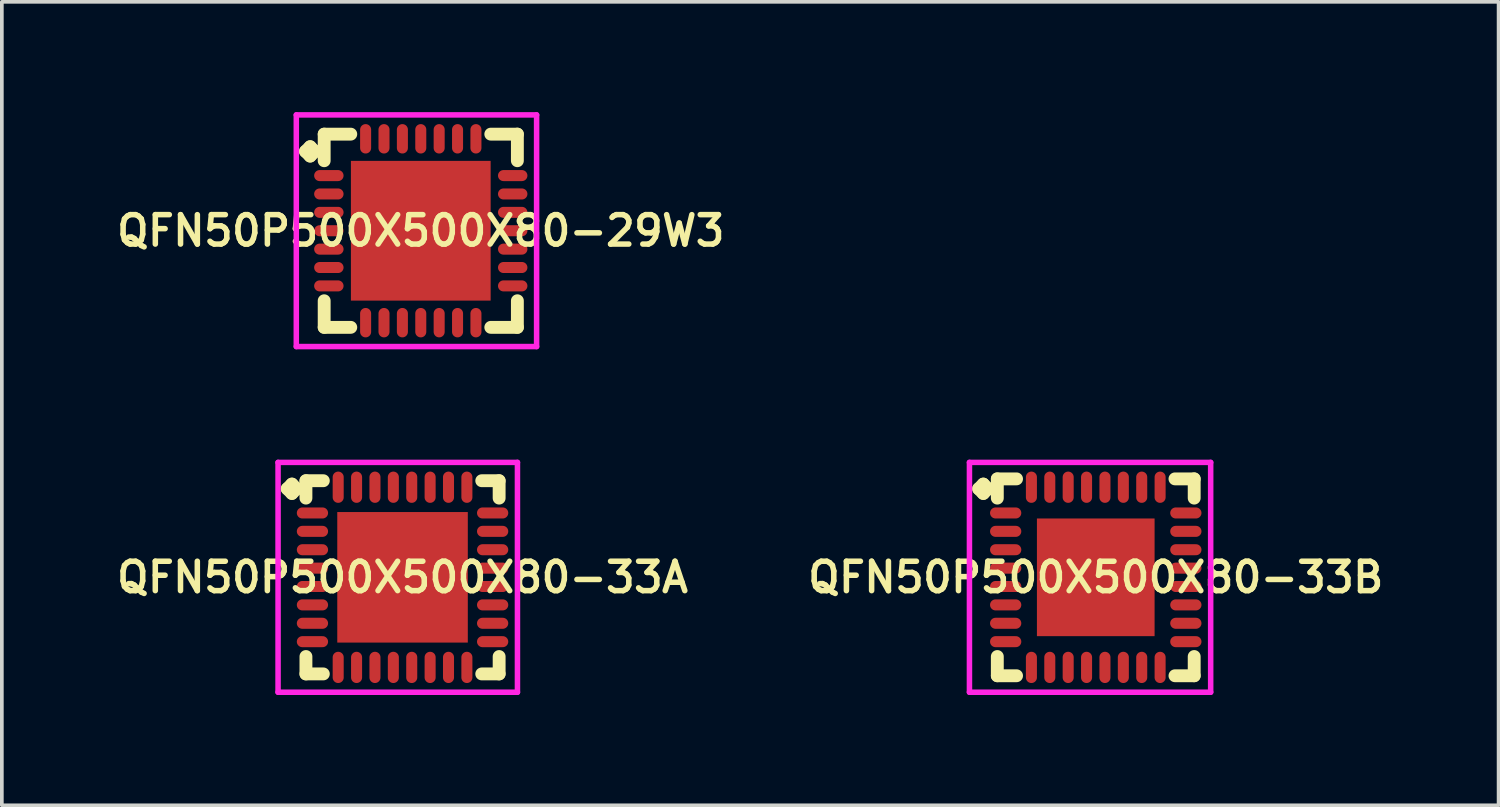
<source format=kicad_pcb>
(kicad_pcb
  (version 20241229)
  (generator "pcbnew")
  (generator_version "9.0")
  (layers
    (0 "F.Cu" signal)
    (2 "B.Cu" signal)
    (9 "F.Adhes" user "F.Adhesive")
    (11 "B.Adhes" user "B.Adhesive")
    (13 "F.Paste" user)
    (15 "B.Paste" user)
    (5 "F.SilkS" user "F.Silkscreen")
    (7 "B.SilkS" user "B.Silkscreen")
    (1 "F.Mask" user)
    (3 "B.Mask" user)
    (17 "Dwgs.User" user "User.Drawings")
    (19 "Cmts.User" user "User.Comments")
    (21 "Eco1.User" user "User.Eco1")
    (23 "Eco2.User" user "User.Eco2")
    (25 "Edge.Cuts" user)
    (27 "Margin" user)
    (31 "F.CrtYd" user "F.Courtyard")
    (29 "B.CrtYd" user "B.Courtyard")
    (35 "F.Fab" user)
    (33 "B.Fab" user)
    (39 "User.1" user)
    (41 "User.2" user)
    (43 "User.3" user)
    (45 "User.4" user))
  (footprint "QFN50P500X500X80-29W3"
    (layer "F.Cu")
    (at 8.393 3.225)
    (property "Reference" "QFN50P500X500X80-29W3" (at 0 0 0) (layer "F.SilkS") (effects (font (size 0.8 0.8) (thickness 0.15))))
    (attr smd)
    (fp_line (start -3.135 -2.158) (end -3.008 -2.285) (stroke (width 0.35) (type solid)) (layer "F.SilkS"))
    (fp_line (start -3.008 -2.285) (end -2.881 -2.158) (stroke (width 0.35) (type solid)) (layer "F.SilkS"))
    (fp_line (start -3.008 -2.031) (end -3.135 -2.158) (stroke (width 0.35) (type solid)) (layer "F.SilkS"))
    (fp_line (start -2.881 -2.158) (end -3.008 -2.031) (stroke (width 0.35) (type solid)) (layer "F.SilkS"))
    (fp_line (start -2.627 -2.627) (end -1.904 -2.627) (stroke (width 0.35) (type solid)) (layer "F.SilkS"))
    (fp_line (start -2.627 -1.904) (end -2.627 -2.627) (stroke (width 0.35) (type solid)) (layer "F.SilkS"))
    (fp_line (start -2.627 1.904) (end -2.627 2.627) (stroke (width 0.35) (type solid)) (layer "F.SilkS"))
    (fp_line (start -2.627 2.627) (end -1.904 2.627) (stroke (width 0.35) (type solid)) (layer "F.SilkS"))
    (fp_line (start 1.904 -2.627) (end 2.627 -2.627) (stroke (width 0.35) (type solid)) (layer "F.SilkS"))
    (fp_line (start 1.904 2.627) (end 2.627 2.627) (stroke (width 0.35) (type solid)) (layer "F.SilkS"))
    (fp_line (start 2.627 -2.627) (end 2.627 -1.904) (stroke (width 0.35) (type solid)) (layer "F.SilkS"))
    (fp_line (start 2.627 2.627) (end 2.627 1.904) (stroke (width 0.35) (type solid)) (layer "F.SilkS"))
    (fp_line (start -3.385 -3.15) (end 3.15 -3.15) (stroke (width 0.15) (type solid)) (layer "F.CrtYd"))
    (fp_line (start -3.385 3.15) (end -3.385 -3.15) (stroke (width 0.15) (type solid)) (layer "F.CrtYd"))
    (fp_line (start 3.15 -3.15) (end 3.15 3.15) (stroke (width 0.15) (type solid)) (layer "F.CrtYd"))
    (fp_line (start 3.15 3.15) (end -3.385 3.15) (stroke (width 0.15) (type solid)) (layer "F.CrtYd"))
    (pad "1" smd oval (at -2.5 -1.5) (size 0.8 0.3) (layers "F.Cu" "F.Mask" "F.Paste"))
    (pad "2" smd oval (at -2.5 -1) (size 0.8 0.3) (layers "F.Cu" "F.Mask" "F.Paste"))
    (pad "3" smd oval (at -2.5 -0.5) (size 0.8 0.3) (layers "F.Cu" "F.Mask" "F.Paste"))
    (pad "4" smd oval (at -2.5 0) (size 0.8 0.3) (layers "F.Cu" "F.Mask" "F.Paste"))
    (pad "5" smd oval (at -2.5 0.5) (size 0.8 0.3) (layers "F.Cu" "F.Mask" "F.Paste"))
    (pad "6" smd oval (at -2.5 1) (size 0.8 0.3) (layers "F.Cu" "F.Mask" "F.Paste"))
    (pad "7" smd oval (at -2.5 1.5) (size 0.8 0.3) (layers "F.Cu" "F.Mask" "F.Paste"))
    (pad "8" smd oval (at -1.5 2.5) (size 0.3 0.8) (layers "F.Cu" "F.Mask" "F.Paste"))
    (pad "9" smd oval (at -1 2.5) (size 0.3 0.8) (layers "F.Cu" "F.Mask" "F.Paste"))
    (pad "10" smd oval (at -0.5 2.5) (size 0.3 0.8) (layers "F.Cu" "F.Mask" "F.Paste"))
    (pad "11" smd oval (at 0 2.5) (size 0.3 0.8) (layers "F.Cu" "F.Mask" "F.Paste"))
    (pad "12" smd oval (at 0.5 2.5) (size 0.3 0.8) (layers "F.Cu" "F.Mask" "F.Paste"))
    (pad "13" smd oval (at 1 2.5) (size 0.3 0.8) (layers "F.Cu" "F.Mask" "F.Paste"))
    (pad "14" smd oval (at 1.5 2.5) (size 0.3 0.8) (layers "F.Cu" "F.Mask" "F.Paste"))
    (pad "15" smd oval (at 2.5 1.5) (size 0.8 0.3) (layers "F.Cu" "F.Mask" "F.Paste"))
    (pad "16" smd oval (at 2.5 1) (size 0.8 0.3) (layers "F.Cu" "F.Mask" "F.Paste"))
    (pad "17" smd oval (at 2.5 0.5) (size 0.8 0.3) (layers "F.Cu" "F.Mask" "F.Paste"))
    (pad "18" smd oval (at 2.5 0) (size 0.8 0.3) (layers "F.Cu" "F.Mask" "F.Paste"))
    (pad "19" smd oval (at 2.5 -0.5) (size 0.8 0.3) (layers "F.Cu" "F.Mask" "F.Paste"))
    (pad "20" smd oval (at 2.5 -1) (size 0.8 0.3) (layers "F.Cu" "F.Mask" "F.Paste"))
    (pad "21" smd oval (at 2.5 -1.5) (size 0.8 0.3) (layers "F.Cu" "F.Mask" "F.Paste"))
    (pad "22" smd oval (at 1.5 -2.5) (size 0.3 0.8) (layers "F.Cu" "F.Mask" "F.Paste"))
    (pad "23" smd oval (at 1 -2.5) (size 0.3 0.8) (layers "F.Cu" "F.Mask" "F.Paste"))
    (pad "24" smd oval (at 0.5 -2.5) (size 0.3 0.8) (layers "F.Cu" "F.Mask" "F.Paste"))
    (pad "25" smd oval (at 0 -2.5) (size 0.3 0.8) (layers "F.Cu" "F.Mask" "F.Paste"))
    (pad "26" smd oval (at -0.5 -2.5) (size 0.3 0.8) (layers "F.Cu" "F.Mask" "F.Paste"))
    (pad "27" smd oval (at -1 -2.5) (size 0.3 0.8) (layers "F.Cu" "F.Mask" "F.Paste"))
    (pad "28" smd oval (at -1.5 -2.5) (size 0.3 0.8) (layers "F.Cu" "F.Mask" "F.Paste"))
    (pad "29" smd rect (at 0 0) (size 3.8 3.8) (layers "F.Cu" "F.Mask" "F.Paste")))
  (footprint "QFN50P500X500X80-33A"
    (layer "F.Cu")
    (at 7.897 12.65)
    (property "Reference" "QFN50P500X500X80-33A" (at 0 0 0) (layer "F.SilkS") (effects (font (size 0.8 0.8) (thickness 0.15))))
    (attr smd)
    (fp_line (start -3.135 -2.408) (end -3.008 -2.535) (stroke (width 0.35) (type solid)) (layer "F.SilkS"))
    (fp_line (start -3.008 -2.535) (end -2.881 -2.408) (stroke (width 0.35) (type solid)) (layer "F.SilkS"))
    (fp_line (start -3.008 -2.281) (end -3.135 -2.408) (stroke (width 0.35) (type solid)) (layer "F.SilkS"))
    (fp_line (start -2.881 -2.408) (end -3.008 -2.281) (stroke (width 0.35) (type solid)) (layer "F.SilkS"))
    (fp_line (start -2.627 -2.627) (end -2.154 -2.627) (stroke (width 0.35) (type solid)) (layer "F.SilkS"))
    (fp_line (start -2.627 -2.154) (end -2.627 -2.627) (stroke (width 0.35) (type solid)) (layer "F.SilkS"))
    (fp_line (start -2.627 2.154) (end -2.627 2.627) (stroke (width 0.35) (type solid)) (layer "F.SilkS"))
    (fp_line (start -2.627 2.627) (end -2.154 2.627) (stroke (width 0.35) (type solid)) (layer "F.SilkS"))
    (fp_line (start 2.154 -2.627) (end 2.627 -2.627) (stroke (width 0.35) (type solid)) (layer "F.SilkS"))
    (fp_line (start 2.154 2.627) (end 2.627 2.627) (stroke (width 0.35) (type solid)) (layer "F.SilkS"))
    (fp_line (start 2.627 -2.627) (end 2.627 -2.154) (stroke (width 0.35) (type solid)) (layer "F.SilkS"))
    (fp_line (start 2.627 2.627) (end 2.627 2.154) (stroke (width 0.35) (type solid)) (layer "F.SilkS"))
    (fp_line (start -3.385 -3.125) (end 3.125 -3.125) (stroke (width 0.15) (type solid)) (layer "F.CrtYd"))
    (fp_line (start -3.385 3.125) (end -3.385 -3.125) (stroke (width 0.15) (type solid)) (layer "F.CrtYd"))
    (fp_line (start 3.125 -3.125) (end 3.125 3.125) (stroke (width 0.15) (type solid)) (layer "F.CrtYd"))
    (fp_line (start 3.125 3.125) (end -3.385 3.125) (stroke (width 0.15) (type solid)) (layer "F.CrtYd"))
    (pad "1" smd oval (at -2.45 -1.75) (size 0.85 0.3) (layers "F.Cu" "F.Mask" "F.Paste"))
    (pad "2" smd oval (at -2.45 -1.25) (size 0.85 0.3) (layers "F.Cu" "F.Mask" "F.Paste"))
    (pad "3" smd oval (at -2.45 -0.75) (size 0.85 0.3) (layers "F.Cu" "F.Mask" "F.Paste"))
    (pad "4" smd oval (at -2.45 -0.25) (size 0.85 0.3) (layers "F.Cu" "F.Mask" "F.Paste"))
    (pad "5" smd oval (at -2.45 0.25) (size 0.85 0.3) (layers "F.Cu" "F.Mask" "F.Paste"))
    (pad "6" smd oval (at -2.45 0.75) (size 0.85 0.3) (layers "F.Cu" "F.Mask" "F.Paste"))
    (pad "7" smd oval (at -2.45 1.25) (size 0.85 0.3) (layers "F.Cu" "F.Mask" "F.Paste"))
    (pad "8" smd oval (at -2.45 1.75) (size 0.85 0.3) (layers "F.Cu" "F.Mask" "F.Paste"))
    (pad "9" smd oval (at -1.75 2.45) (size 0.3 0.85) (layers "F.Cu" "F.Mask" "F.Paste"))
    (pad "10" smd oval (at -1.25 2.45) (size 0.3 0.85) (layers "F.Cu" "F.Mask" "F.Paste"))
    (pad "11" smd oval (at -0.75 2.45) (size 0.3 0.85) (layers "F.Cu" "F.Mask" "F.Paste"))
    (pad "12" smd oval (at -0.25 2.45) (size 0.3 0.85) (layers "F.Cu" "F.Mask" "F.Paste"))
    (pad "13" smd oval (at 0.25 2.45) (size 0.3 0.85) (layers "F.Cu" "F.Mask" "F.Paste"))
    (pad "14" smd oval (at 0.75 2.45) (size 0.3 0.85) (layers "F.Cu" "F.Mask" "F.Paste"))
    (pad "15" smd oval (at 1.25 2.45) (size 0.3 0.85) (layers "F.Cu" "F.Mask" "F.Paste"))
    (pad "16" smd oval (at 1.75 2.45) (size 0.3 0.85) (layers "F.Cu" "F.Mask" "F.Paste"))
    (pad "17" smd oval (at 2.45 1.75) (size 0.85 0.3) (layers "F.Cu" "F.Mask" "F.Paste"))
    (pad "18" smd oval (at 2.45 1.25) (size 0.85 0.3) (layers "F.Cu" "F.Mask" "F.Paste"))
    (pad "19" smd oval (at 2.45 0.75) (size 0.85 0.3) (layers "F.Cu" "F.Mask" "F.Paste"))
    (pad "20" smd oval (at 2.45 0.25) (size 0.85 0.3) (layers "F.Cu" "F.Mask" "F.Paste"))
    (pad "21" smd oval (at 2.45 -0.25) (size 0.85 0.3) (layers "F.Cu" "F.Mask" "F.Paste"))
    (pad "22" smd oval (at 2.45 -0.75) (size 0.85 0.3) (layers "F.Cu" "F.Mask" "F.Paste"))
    (pad "23" smd oval (at 2.45 -1.25) (size 0.85 0.3) (layers "F.Cu" "F.Mask" "F.Paste"))
    (pad "24" smd oval (at 2.45 -1.75) (size 0.85 0.3) (layers "F.Cu" "F.Mask" "F.Paste"))
    (pad "25" smd oval (at 1.75 -2.45) (size 0.3 0.85) (layers "F.Cu" "F.Mask" "F.Paste"))
    (pad "26" smd oval (at 1.25 -2.45) (size 0.3 0.85) (layers "F.Cu" "F.Mask" "F.Paste"))
    (pad "27" smd oval (at 0.75 -2.45) (size 0.3 0.85) (layers "F.Cu" "F.Mask" "F.Paste"))
    (pad "28" smd oval (at 0.25 -2.45) (size 0.3 0.85) (layers "F.Cu" "F.Mask" "F.Paste"))
    (pad "29" smd oval (at -0.25 -2.45) (size 0.3 0.85) (layers "F.Cu" "F.Mask" "F.Paste"))
    (pad "30" smd oval (at -0.75 -2.45) (size 0.3 0.85) (layers "F.Cu" "F.Mask" "F.Paste"))
    (pad "31" smd oval (at -1.25 -2.45) (size 0.3 0.85) (layers "F.Cu" "F.Mask" "F.Paste"))
    (pad "32" smd oval (at -1.75 -2.45) (size 0.3 0.85) (layers "F.Cu" "F.Mask" "F.Paste"))
    (pad "33" smd rect (at 0 0) (size 3.55 3.55) (layers "F.Cu" "F.Mask" "F.Paste")))
  (footprint "QFN50P500X500X80-33B"
    (layer "F.Cu")
    (at 26.749 12.65)
    (property "Reference" "QFN50P500X500X80-33B" (at 0 0 0) (layer "F.SilkS") (effects (font (size 0.8 0.8) (thickness 0.15))))
    (attr smd)
    (fp_line (start -3.185 -2.408) (end -3.058 -2.535) (stroke (width 0.35) (type solid)) (layer "F.SilkS"))
    (fp_line (start -3.058 -2.535) (end -2.931 -2.408) (stroke (width 0.35) (type solid)) (layer "F.SilkS"))
    (fp_line (start -3.058 -2.281) (end -3.185 -2.408) (stroke (width 0.35) (type solid)) (layer "F.SilkS"))
    (fp_line (start -2.931 -2.408) (end -3.058 -2.281) (stroke (width 0.35) (type solid)) (layer "F.SilkS"))
    (fp_line (start -2.677 -2.677) (end -2.154 -2.677) (stroke (width 0.35) (type solid)) (layer "F.SilkS"))
    (fp_line (start -2.677 -2.154) (end -2.677 -2.677) (stroke (width 0.35) (type solid)) (layer "F.SilkS"))
    (fp_line (start -2.677 2.154) (end -2.677 2.677) (stroke (width 0.35) (type solid)) (layer "F.SilkS"))
    (fp_line (start -2.677 2.677) (end -2.154 2.677) (stroke (width 0.35) (type solid)) (layer "F.SilkS"))
    (fp_line (start 2.154 -2.677) (end 2.677 -2.677) (stroke (width 0.35) (type solid)) (layer "F.SilkS"))
    (fp_line (start 2.154 2.677) (end 2.677 2.677) (stroke (width 0.35) (type solid)) (layer "F.SilkS"))
    (fp_line (start 2.677 -2.677) (end 2.677 -2.154) (stroke (width 0.35) (type solid)) (layer "F.SilkS"))
    (fp_line (start 2.677 2.677) (end 2.677 2.154) (stroke (width 0.35) (type solid)) (layer "F.SilkS"))
    (fp_line (start -3.435 -3.125) (end 3.125 -3.125) (stroke (width 0.15) (type solid)) (layer "F.CrtYd"))
    (fp_line (start -3.435 3.125) (end -3.435 -3.125) (stroke (width 0.15) (type solid)) (layer "F.CrtYd"))
    (fp_line (start 3.125 -3.125) (end 3.125 3.125) (stroke (width 0.15) (type solid)) (layer "F.CrtYd"))
    (fp_line (start 3.125 3.125) (end -3.435 3.125) (stroke (width 0.15) (type solid)) (layer "F.CrtYd"))
    (pad "1" smd oval (at -2.45 -1.75) (size 0.85 0.3) (layers "F.Cu" "F.Mask" "F.Paste"))
    (pad "2" smd oval (at -2.45 -1.25) (size 0.85 0.3) (layers "F.Cu" "F.Mask" "F.Paste"))
    (pad "3" smd oval (at -2.45 -0.75) (size 0.85 0.3) (layers "F.Cu" "F.Mask" "F.Paste"))
    (pad "4" smd oval (at -2.45 -0.25) (size 0.85 0.3) (layers "F.Cu" "F.Mask" "F.Paste"))
    (pad "5" smd oval (at -2.45 0.25) (size 0.85 0.3) (layers "F.Cu" "F.Mask" "F.Paste"))
    (pad "6" smd oval (at -2.45 0.75) (size 0.85 0.3) (layers "F.Cu" "F.Mask" "F.Paste"))
    (pad "7" smd oval (at -2.45 1.25) (size 0.85 0.3) (layers "F.Cu" "F.Mask" "F.Paste"))
    (pad "8" smd oval (at -2.45 1.75) (size 0.85 0.3) (layers "F.Cu" "F.Mask" "F.Paste"))
    (pad "9" smd oval (at -1.75 2.45) (size 0.3 0.85) (layers "F.Cu" "F.Mask" "F.Paste"))
    (pad "10" smd oval (at -1.25 2.45) (size 0.3 0.85) (layers "F.Cu" "F.Mask" "F.Paste"))
    (pad "11" smd oval (at -0.75 2.45) (size 0.3 0.85) (layers "F.Cu" "F.Mask" "F.Paste"))
    (pad "12" smd oval (at -0.25 2.45) (size 0.3 0.85) (layers "F.Cu" "F.Mask" "F.Paste"))
    (pad "13" smd oval (at 0.25 2.45) (size 0.3 0.85) (layers "F.Cu" "F.Mask" "F.Paste"))
    (pad "14" smd oval (at 0.75 2.45) (size 0.3 0.85) (layers "F.Cu" "F.Mask" "F.Paste"))
    (pad "15" smd oval (at 1.25 2.45) (size 0.3 0.85) (layers "F.Cu" "F.Mask" "F.Paste"))
    (pad "16" smd oval (at 1.75 2.45) (size 0.3 0.85) (layers "F.Cu" "F.Mask" "F.Paste"))
    (pad "17" smd oval (at 2.45 1.75) (size 0.85 0.3) (layers "F.Cu" "F.Mask" "F.Paste"))
    (pad "18" smd oval (at 2.45 1.25) (size 0.85 0.3) (layers "F.Cu" "F.Mask" "F.Paste"))
    (pad "19" smd oval (at 2.45 0.75) (size 0.85 0.3) (layers "F.Cu" "F.Mask" "F.Paste"))
    (pad "20" smd oval (at 2.45 0.25) (size 0.85 0.3) (layers "F.Cu" "F.Mask" "F.Paste"))
    (pad "21" smd oval (at 2.45 -0.25) (size 0.85 0.3) (layers "F.Cu" "F.Mask" "F.Paste"))
    (pad "22" smd oval (at 2.45 -0.75) (size 0.85 0.3) (layers "F.Cu" "F.Mask" "F.Paste"))
    (pad "23" smd oval (at 2.45 -1.25) (size 0.85 0.3) (layers "F.Cu" "F.Mask" "F.Paste"))
    (pad "24" smd oval (at 2.45 -1.75) (size 0.85 0.3) (layers "F.Cu" "F.Mask" "F.Paste"))
    (pad "25" smd oval (at 1.75 -2.45) (size 0.3 0.85) (layers "F.Cu" "F.Mask" "F.Paste"))
    (pad "26" smd oval (at 1.25 -2.45) (size 0.3 0.85) (layers "F.Cu" "F.Mask" "F.Paste"))
    (pad "27" smd oval (at 0.75 -2.45) (size 0.3 0.85) (layers "F.Cu" "F.Mask" "F.Paste"))
    (pad "28" smd oval (at 0.25 -2.45) (size 0.3 0.85) (layers "F.Cu" "F.Mask" "F.Paste"))
    (pad "29" smd oval (at -0.25 -2.45) (size 0.3 0.85) (layers "F.Cu" "F.Mask" "F.Paste"))
    (pad "30" smd oval (at -0.75 -2.45) (size 0.3 0.85) (layers "F.Cu" "F.Mask" "F.Paste"))
    (pad "31" smd oval (at -1.25 -2.45) (size 0.3 0.85) (layers "F.Cu" "F.Mask" "F.Paste"))
    (pad "32" smd oval (at -1.75 -2.45) (size 0.3 0.85) (layers "F.Cu" "F.Mask" "F.Paste"))
    (pad "33" smd rect (at 0 0) (size 3.2 3.2) (layers "F.Cu" "F.Mask" "F.Paste")))
  (gr_rect
    (start -3 -3)
    (end 37.704 18.85)
    (stroke (width 0.1) (type default))
    (fill no)
    (layer "Edge.Cuts")))
</source>
